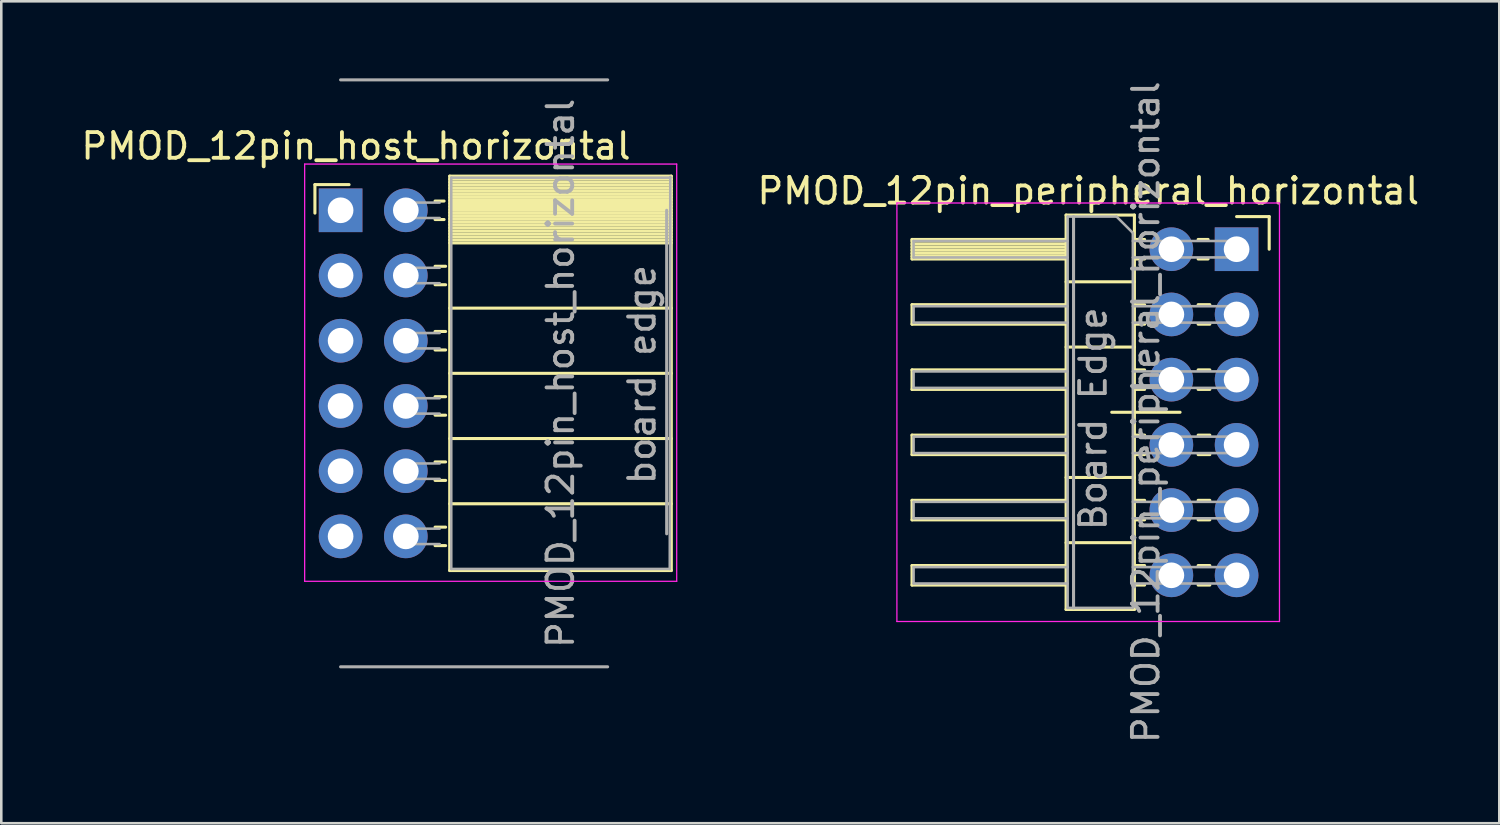
<source format=kicad_pcb>
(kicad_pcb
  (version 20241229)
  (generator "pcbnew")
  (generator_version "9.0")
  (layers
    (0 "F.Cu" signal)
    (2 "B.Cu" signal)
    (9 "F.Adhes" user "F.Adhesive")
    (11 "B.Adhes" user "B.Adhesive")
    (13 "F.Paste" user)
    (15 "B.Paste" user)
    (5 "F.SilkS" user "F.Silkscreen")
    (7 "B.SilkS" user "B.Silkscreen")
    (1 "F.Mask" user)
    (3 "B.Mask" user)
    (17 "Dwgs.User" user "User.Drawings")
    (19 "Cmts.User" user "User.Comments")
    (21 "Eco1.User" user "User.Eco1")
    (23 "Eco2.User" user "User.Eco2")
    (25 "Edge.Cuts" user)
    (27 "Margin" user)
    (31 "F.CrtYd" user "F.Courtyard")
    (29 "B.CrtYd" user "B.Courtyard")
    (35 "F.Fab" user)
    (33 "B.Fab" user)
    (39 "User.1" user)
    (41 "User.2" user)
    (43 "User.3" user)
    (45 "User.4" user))
  (footprint "PMOD_12pin_host_horizontal"
    (layer "F.Cu")
    (at 10.215 5.14)
    (property "Reference" "PMOD_12pin_host_horizontal" (at 0.6 -2.5 0) (layer "F.SilkS") (effects (font (size 1 1) (thickness 0.15))))
    (attr through_hole)
    (fp_line (start -1 -1) (end 0.33 -1) (stroke (width 0.12) (type solid)) (layer "F.SilkS"))
    (fp_line (start -1 0.11) (end -1 -1) (stroke (width 0.12) (type solid)) (layer "F.SilkS"))
    (fp_line (start 3.68 -0.36) (end 4.03 -0.36) (stroke (width 0.12) (type solid)) (layer "F.SilkS"))
    (fp_line (start 3.68 0.36) (end 4.03 0.36) (stroke (width 0.12) (type solid)) (layer "F.SilkS"))
    (fp_line (start 3.68 2.18) (end 4.09 2.18) (stroke (width 0.12) (type solid)) (layer "F.SilkS"))
    (fp_line (start 3.68 2.9) (end 4.09 2.9) (stroke (width 0.12) (type solid)) (layer "F.SilkS"))
    (fp_line (start 3.68 4.72) (end 4.09 4.72) (stroke (width 0.12) (type solid)) (layer "F.SilkS"))
    (fp_line (start 3.68 5.44) (end 4.09 5.44) (stroke (width 0.12) (type solid)) (layer "F.SilkS"))
    (fp_line (start 3.68 7.26) (end 4.09 7.26) (stroke (width 0.12) (type solid)) (layer "F.SilkS"))
    (fp_line (start 3.68 7.98) (end 4.09 7.98) (stroke (width 0.12) (type solid)) (layer "F.SilkS"))
    (fp_line (start 3.68 9.8) (end 4.09 9.8) (stroke (width 0.12) (type solid)) (layer "F.SilkS"))
    (fp_line (start 3.68 10.52) (end 4.09 10.52) (stroke (width 0.12) (type solid)) (layer "F.SilkS"))
    (fp_line (start 3.68 12.34) (end 4.09 12.34) (stroke (width 0.12) (type solid)) (layer "F.SilkS"))
    (fp_line (start 3.68 13.06) (end 4.09 13.06) (stroke (width 0.12) (type solid)) (layer "F.SilkS"))
    (fp_line (start 4.25 -1.33) (end 4.25 14.03) (stroke (width 0.12) (type solid)) (layer "F.SilkS"))
    (fp_line (start 4.25 -1.33) (end 12.88 -1.33) (stroke (width 0.12) (type solid)) (layer "F.SilkS"))
    (fp_line (start 4.25 -1.21) (end 12.88 -1.21) (stroke (width 0.12) (type solid)) (layer "F.SilkS"))
    (fp_line (start 4.25 -1.092) (end 12.88 -1.092) (stroke (width 0.12) (type solid)) (layer "F.SilkS"))
    (fp_line (start 4.25 -0.974) (end 12.88 -0.974) (stroke (width 0.12) (type solid)) (layer "F.SilkS"))
    (fp_line (start 4.25 -0.856) (end 12.88 -0.856) (stroke (width 0.12) (type solid)) (layer "F.SilkS"))
    (fp_line (start 4.25 -0.738) (end 12.88 -0.738) (stroke (width 0.12) (type solid)) (layer "F.SilkS"))
    (fp_line (start 4.25 -0.62) (end 12.88 -0.62) (stroke (width 0.12) (type solid)) (layer "F.SilkS"))
    (fp_line (start 4.25 -0.501) (end 12.88 -0.501) (stroke (width 0.12) (type solid)) (layer "F.SilkS"))
    (fp_line (start 4.25 -0.383) (end 12.88 -0.383) (stroke (width 0.12) (type solid)) (layer "F.SilkS"))
    (fp_line (start 4.25 -0.265) (end 12.88 -0.265) (stroke (width 0.12) (type solid)) (layer "F.SilkS"))
    (fp_line (start 4.25 -0.147) (end 12.88 -0.147) (stroke (width 0.12) (type solid)) (layer "F.SilkS"))
    (fp_line (start 4.25 -0.029) (end 12.88 -0.029) (stroke (width 0.12) (type solid)) (layer "F.SilkS"))
    (fp_line (start 4.25 0.089) (end 12.88 0.089) (stroke (width 0.12) (type solid)) (layer "F.SilkS"))
    (fp_line (start 4.25 0.207) (end 12.88 0.207) (stroke (width 0.12) (type solid)) (layer "F.SilkS"))
    (fp_line (start 4.25 0.325) (end 12.88 0.325) (stroke (width 0.12) (type solid)) (layer "F.SilkS"))
    (fp_line (start 4.25 0.443) (end 12.88 0.443) (stroke (width 0.12) (type solid)) (layer "F.SilkS"))
    (fp_line (start 4.25 0.561) (end 12.88 0.561) (stroke (width 0.12) (type solid)) (layer "F.SilkS"))
    (fp_line (start 4.25 0.68) (end 12.88 0.68) (stroke (width 0.12) (type solid)) (layer "F.SilkS"))
    (fp_line (start 4.25 0.798) (end 12.88 0.798) (stroke (width 0.12) (type solid)) (layer "F.SilkS"))
    (fp_line (start 4.25 0.916) (end 12.88 0.916) (stroke (width 0.12) (type solid)) (layer "F.SilkS"))
    (fp_line (start 4.25 1.034) (end 12.88 1.034) (stroke (width 0.12) (type solid)) (layer "F.SilkS"))
    (fp_line (start 4.25 1.152) (end 12.88 1.152) (stroke (width 0.12) (type solid)) (layer "F.SilkS"))
    (fp_line (start 4.25 1.27) (end 12.88 1.27) (stroke (width 0.12) (type solid)) (layer "F.SilkS"))
    (fp_line (start 4.25 3.81) (end 12.88 3.81) (stroke (width 0.12) (type solid)) (layer "F.SilkS"))
    (fp_line (start 4.25 6.35) (end 12.88 6.35) (stroke (width 0.12) (type solid)) (layer "F.SilkS"))
    (fp_line (start 4.25 8.89) (end 12.88 8.89) (stroke (width 0.12) (type solid)) (layer "F.SilkS"))
    (fp_line (start 4.25 11.43) (end 12.88 11.43) (stroke (width 0.12) (type solid)) (layer "F.SilkS"))
    (fp_line (start 4.25 14.03) (end 12.88 14.03) (stroke (width 0.12) (type solid)) (layer "F.SilkS"))
    (fp_line (start 12.88 -1.33) (end 12.88 14.03) (stroke (width 0.12) (type solid)) (layer "F.SilkS"))
    (fp_line (start -1.4 -1.8) (end -1.4 14.45) (stroke (width 0.05) (type solid)) (layer "F.CrtYd"))
    (fp_line (start -1.4 14.45) (end 13.09 14.45) (stroke (width 0.05) (type solid)) (layer "F.CrtYd"))
    (fp_line (start 13.09 -1.8) (end -1.4 -1.8) (stroke (width 0.05) (type solid)) (layer "F.CrtYd"))
    (fp_line (start 13.09 14.45) (end 13.09 -1.8) (stroke (width 0.05) (type solid)) (layer "F.CrtYd"))
    (fp_line (start 0 -5.08) (end 10.4 -5.08) (stroke (width 0.12) (type solid)) (layer "F.Fab"))
    (fp_line (start 0 17.78) (end 10.4 17.78) (stroke (width 0.12) (type solid)) (layer "F.Fab"))
    (fp_line (start 2.34 -0.3) (end 2.34 0.3) (stroke (width 0.1) (type solid)) (layer "F.Fab"))
    (fp_line (start 2.34 0.3) (end 3.86 0.3) (stroke (width 0.1) (type solid)) (layer "F.Fab"))
    (fp_line (start 2.34 2.24) (end 2.34 2.84) (stroke (width 0.1) (type solid)) (layer "F.Fab"))
    (fp_line (start 2.34 2.84) (end 3.86 2.84) (stroke (width 0.1) (type solid)) (layer "F.Fab"))
    (fp_line (start 2.34 4.78) (end 2.34 5.38) (stroke (width 0.1) (type solid)) (layer "F.Fab"))
    (fp_line (start 2.34 5.38) (end 3.86 5.38) (stroke (width 0.1) (type solid)) (layer "F.Fab"))
    (fp_line (start 2.34 7.32) (end 2.34 7.92) (stroke (width 0.1) (type solid)) (layer "F.Fab"))
    (fp_line (start 2.34 7.92) (end 3.86 7.92) (stroke (width 0.1) (type solid)) (layer "F.Fab"))
    (fp_line (start 2.34 9.86) (end 2.34 10.46) (stroke (width 0.1) (type solid)) (layer "F.Fab"))
    (fp_line (start 2.34 10.46) (end 3.86 10.46) (stroke (width 0.1) (type solid)) (layer "F.Fab"))
    (fp_line (start 2.34 12.4) (end 2.34 13) (stroke (width 0.1) (type solid)) (layer "F.Fab"))
    (fp_line (start 2.34 13) (end 3.86 13) (stroke (width 0.1) (type solid)) (layer "F.Fab"))
    (fp_line (start 3.86 -0.3) (end 2.34 -0.3) (stroke (width 0.1) (type solid)) (layer "F.Fab"))
    (fp_line (start 3.86 2.24) (end 2.34 2.24) (stroke (width 0.1) (type solid)) (layer "F.Fab"))
    (fp_line (start 3.86 4.78) (end 2.34 4.78) (stroke (width 0.1) (type solid)) (layer "F.Fab"))
    (fp_line (start 3.86 7.32) (end 2.34 7.32) (stroke (width 0.1) (type solid)) (layer "F.Fab"))
    (fp_line (start 3.86 9.86) (end 2.34 9.86) (stroke (width 0.1) (type solid)) (layer "F.Fab"))
    (fp_line (start 3.86 12.4) (end 2.34 12.4) (stroke (width 0.1) (type solid)) (layer "F.Fab"))
    (fp_line (start 4.31 -1.27) (end 12.84 -1.27) (stroke (width 0.1) (type solid)) (layer "F.Fab"))
    (fp_line (start 4.31 13.97) (end 4.31 -1.27) (stroke (width 0.1) (type solid)) (layer "F.Fab"))
    (fp_line (start 12.7 0) (end 12.7 12.6) (stroke (width 0.12) (type solid)) (layer "F.Fab"))
    (fp_line (start 12.82 13.97) (end 4.31 13.97) (stroke (width 0.1) (type solid)) (layer "F.Fab"))
    (fp_line (start 12.84 -1.3) (end 12.82 13.97) (stroke (width 0.1) (type solid)) (layer "F.Fab"))
    (fp_text user "${REFERENCE}" (at 8.565 6.35 90) (layer "F.Fab") (effects (font (size 1 1) (thickness 0.15))))
    (fp_text user "board edge" (at 11.74 6.4 90) (layer "F.Fab") (effects (font (size 1 1) (thickness 0.15))))
    (pad "1" thru_hole rect (at 0 0) (size 1.7 1.7) (drill 1) (layers "*.Cu" "*.Mask"))
    (pad "2" thru_hole oval (at 0 2.54) (size 1.7 1.7) (drill 1) (layers "*.Cu" "*.Mask"))
    (pad "3" thru_hole oval (at 0 5.08) (size 1.7 1.7) (drill 1) (layers "*.Cu" "*.Mask"))
    (pad "4" thru_hole oval (at 0 7.62) (size 1.7 1.7) (drill 1) (layers "*.Cu" "*.Mask"))
    (pad "5" thru_hole oval (at 0 10.16) (size 1.7 1.7) (drill 1) (layers "*.Cu" "*.Mask"))
    (pad "6" thru_hole oval (at 0 12.7) (size 1.7 1.7) (drill 1) (layers "*.Cu" "*.Mask"))
    (pad "7" thru_hole oval (at 2.54 0) (size 1.7 1.7) (drill 1) (layers "*.Cu" "*.Mask"))
    (pad "8" thru_hole oval (at 2.54 2.54) (size 1.7 1.7) (drill 1) (layers "*.Cu" "*.Mask"))
    (pad "9" thru_hole oval (at 2.54 5.08) (size 1.7 1.7) (drill 1) (layers "*.Cu" "*.Mask"))
    (pad "10" thru_hole oval (at 2.54 7.62) (size 1.7 1.7) (drill 1) (layers "*.Cu" "*.Mask"))
    (pad "11" thru_hole oval (at 2.54 10.16) (size 1.7 1.7) (drill 1) (layers "*.Cu" "*.Mask"))
    (pad "12" thru_hole oval (at 2.54 12.7) (size 1.7 1.7) (drill 1) (layers "*.Cu" "*.Mask")))
  (footprint "PMOD_12pin_peripheral_horizontal"
    (layer "F.Cu")
    (at 33.681 6.656)
    (property "Reference" "PMOD_12pin_peripheral_horizontal" (at 5.655 -2.27 0) (layer "F.SilkS") (effects (font (size 1 1) (thickness 0.15))))
    (attr through_hole)
    (fp_line (start -1.21 -0.38) (end -1.21 0.38) (stroke (width 0.12) (type solid)) (layer "F.SilkS"))
    (fp_line (start -1.21 0.38) (end 4.79 0.38) (stroke (width 0.12) (type solid)) (layer "F.SilkS"))
    (fp_line (start -1.21 2.16) (end -1.21 2.92) (stroke (width 0.12) (type solid)) (layer "F.SilkS"))
    (fp_line (start -1.21 2.92) (end 4.79 2.92) (stroke (width 0.12) (type solid)) (layer "F.SilkS"))
    (fp_line (start -1.21 4.7) (end -1.21 5.46) (stroke (width 0.12) (type solid)) (layer "F.SilkS"))
    (fp_line (start -1.21 5.46) (end 4.79 5.46) (stroke (width 0.12) (type solid)) (layer "F.SilkS"))
    (fp_line (start -1.21 7.24) (end -1.21 8) (stroke (width 0.12) (type solid)) (layer "F.SilkS"))
    (fp_line (start -1.21 8) (end 4.79 8) (stroke (width 0.12) (type solid)) (layer "F.SilkS"))
    (fp_line (start -1.21 9.78) (end -1.21 10.54) (stroke (width 0.12) (type solid)) (layer "F.SilkS"))
    (fp_line (start -1.21 10.54) (end 4.79 10.54) (stroke (width 0.12) (type solid)) (layer "F.SilkS"))
    (fp_line (start -1.21 12.32) (end -1.21 13.08) (stroke (width 0.12) (type solid)) (layer "F.SilkS"))
    (fp_line (start -1.21 13.08) (end 4.79 13.08) (stroke (width 0.12) (type solid)) (layer "F.SilkS"))
    (fp_line (start 4.79 -1.33) (end 7.45 -1.33) (stroke (width 0.12) (type solid)) (layer "F.SilkS"))
    (fp_line (start 4.79 -0.38) (end -1.21 -0.38) (stroke (width 0.12) (type solid)) (layer "F.SilkS"))
    (fp_line (start 4.79 -0.32) (end -1.21 -0.32) (stroke (width 0.12) (type solid)) (layer "F.SilkS"))
    (fp_line (start 4.79 -0.2) (end -1.21 -0.2) (stroke (width 0.12) (type solid)) (layer "F.SilkS"))
    (fp_line (start 4.79 -0.08) (end -1.21 -0.08) (stroke (width 0.12) (type solid)) (layer "F.SilkS"))
    (fp_line (start 4.79 0.04) (end -1.21 0.04) (stroke (width 0.12) (type solid)) (layer "F.SilkS"))
    (fp_line (start 4.79 0.16) (end -1.21 0.16) (stroke (width 0.12) (type solid)) (layer "F.SilkS"))
    (fp_line (start 4.79 0.28) (end -1.21 0.28) (stroke (width 0.12) (type solid)) (layer "F.SilkS"))
    (fp_line (start 4.79 2.16) (end -1.21 2.16) (stroke (width 0.12) (type solid)) (layer "F.SilkS"))
    (fp_line (start 4.79 4.7) (end -1.21 4.7) (stroke (width 0.12) (type solid)) (layer "F.SilkS"))
    (fp_line (start 4.79 7.24) (end -1.21 7.24) (stroke (width 0.12) (type solid)) (layer "F.SilkS"))
    (fp_line (start 4.79 9.78) (end -1.21 9.78) (stroke (width 0.12) (type solid)) (layer "F.SilkS"))
    (fp_line (start 4.79 12.32) (end -1.21 12.32) (stroke (width 0.12) (type solid)) (layer "F.SilkS"))
    (fp_line (start 4.79 14.03) (end 4.79 -1.33) (stroke (width 0.12) (type solid)) (layer "F.SilkS"))
    (fp_line (start 7.45 -1.33) (end 7.45 14.03) (stroke (width 0.12) (type solid)) (layer "F.SilkS"))
    (fp_line (start 7.45 1.27) (end 4.79 1.27) (stroke (width 0.12) (type solid)) (layer "F.SilkS"))
    (fp_line (start 7.45 3.81) (end 4.79 3.81) (stroke (width 0.12) (type solid)) (layer "F.SilkS"))
    (fp_line (start 7.45 8.89) (end 4.79 8.89) (stroke (width 0.12) (type solid)) (layer "F.SilkS"))
    (fp_line (start 7.45 11.43) (end 4.79 11.43) (stroke (width 0.12) (type solid)) (layer "F.SilkS"))
    (fp_line (start 7.45 14.03) (end 4.79 14.03) (stroke (width 0.12) (type solid)) (layer "F.SilkS"))
    (fp_line (start 7.847 -0.38) (end 7.45 -0.38) (stroke (width 0.12) (type solid)) (layer "F.SilkS"))
    (fp_line (start 7.847 0.38) (end 7.45 0.38) (stroke (width 0.12) (type solid)) (layer "F.SilkS"))
    (fp_line (start 7.847 2.16) (end 7.45 2.16) (stroke (width 0.12) (type solid)) (layer "F.SilkS"))
    (fp_line (start 7.847 2.92) (end 7.45 2.92) (stroke (width 0.12) (type solid)) (layer "F.SilkS"))
    (fp_line (start 7.847 4.7) (end 7.45 4.7) (stroke (width 0.12) (type solid)) (layer "F.SilkS"))
    (fp_line (start 7.847 5.46) (end 7.45 5.46) (stroke (width 0.12) (type solid)) (layer "F.SilkS"))
    (fp_line (start 7.847 7.24) (end 7.45 7.24) (stroke (width 0.12) (type solid)) (layer "F.SilkS"))
    (fp_line (start 7.847 8) (end 7.45 8) (stroke (width 0.12) (type solid)) (layer "F.SilkS"))
    (fp_line (start 7.847 9.78) (end 7.45 9.78) (stroke (width 0.12) (type solid)) (layer "F.SilkS"))
    (fp_line (start 7.847 10.54) (end 7.45 10.54) (stroke (width 0.12) (type solid)) (layer "F.SilkS"))
    (fp_line (start 7.847 12.32) (end 7.45 12.32) (stroke (width 0.12) (type solid)) (layer "F.SilkS"))
    (fp_line (start 7.847 13.08) (end 7.45 13.08) (stroke (width 0.12) (type solid)) (layer "F.SilkS"))
    (fp_line (start 9.228 6.35) (end 6.568 6.35) (stroke (width 0.12) (type solid)) (layer "F.SilkS"))
    (fp_line (start 10.32 -0.38) (end 9.933 -0.38) (stroke (width 0.12) (type solid)) (layer "F.SilkS"))
    (fp_line (start 10.32 0.38) (end 9.933 0.38) (stroke (width 0.12) (type solid)) (layer "F.SilkS"))
    (fp_line (start 10.387 2.16) (end 9.933 2.16) (stroke (width 0.12) (type solid)) (layer "F.SilkS"))
    (fp_line (start 10.387 2.92) (end 9.933 2.92) (stroke (width 0.12) (type solid)) (layer "F.SilkS"))
    (fp_line (start 10.387 4.7) (end 9.933 4.7) (stroke (width 0.12) (type solid)) (layer "F.SilkS"))
    (fp_line (start 10.387 5.46) (end 9.933 5.46) (stroke (width 0.12) (type solid)) (layer "F.SilkS"))
    (fp_line (start 10.387 7.24) (end 9.933 7.24) (stroke (width 0.12) (type solid)) (layer "F.SilkS"))
    (fp_line (start 10.387 8) (end 9.933 8) (stroke (width 0.12) (type solid)) (layer "F.SilkS"))
    (fp_line (start 10.387 9.78) (end 9.933 9.78) (stroke (width 0.12) (type solid)) (layer "F.SilkS"))
    (fp_line (start 10.387 10.54) (end 9.933 10.54) (stroke (width 0.12) (type solid)) (layer "F.SilkS"))
    (fp_line (start 10.387 12.32) (end 9.933 12.32) (stroke (width 0.12) (type solid)) (layer "F.SilkS"))
    (fp_line (start 10.387 13.08) (end 9.933 13.08) (stroke (width 0.12) (type solid)) (layer "F.SilkS"))
    (fp_line (start 12.7 -1.27) (end 11.43 -1.27) (stroke (width 0.12) (type solid)) (layer "F.SilkS"))
    (fp_line (start 12.7 0) (end 12.7 -1.27) (stroke (width 0.12) (type solid)) (layer "F.SilkS"))
    (fp_line (start -1.8 -1.8) (end -1.8 14.5) (stroke (width 0.05) (type solid)) (layer "F.CrtYd"))
    (fp_line (start -1.8 14.5) (end 13.1 14.5) (stroke (width 0.05) (type solid)) (layer "F.CrtYd"))
    (fp_line (start 13.1 -1.8) (end -1.8 -1.8) (stroke (width 0.05) (type solid)) (layer "F.CrtYd"))
    (fp_line (start 13.1 14.5) (end 13.1 -1.8) (stroke (width 0.05) (type solid)) (layer "F.CrtYd"))
    (fp_line (start -1.15 -0.32) (end -1.15 0.32) (stroke (width 0.1) (type solid)) (layer "F.Fab"))
    (fp_line (start -1.15 2.22) (end -1.15 2.86) (stroke (width 0.1) (type solid)) (layer "F.Fab"))
    (fp_line (start -1.15 4.76) (end -1.15 5.4) (stroke (width 0.1) (type solid)) (layer "F.Fab"))
    (fp_line (start -1.15 7.3) (end -1.15 7.94) (stroke (width 0.1) (type solid)) (layer "F.Fab"))
    (fp_line (start -1.15 9.84) (end -1.15 10.48) (stroke (width 0.1) (type solid)) (layer "F.Fab"))
    (fp_line (start -1.15 12.38) (end -1.15 13.02) (stroke (width 0.1) (type solid)) (layer "F.Fab"))
    (fp_line (start 4.85 -1.27) (end 4.85 13.97) (stroke (width 0.1) (type solid)) (layer "F.Fab"))
    (fp_line (start 4.85 -0.32) (end -1.15 -0.32) (stroke (width 0.1) (type solid)) (layer "F.Fab"))
    (fp_line (start 4.85 0.32) (end -1.15 0.32) (stroke (width 0.1) (type solid)) (layer "F.Fab"))
    (fp_line (start 4.85 2.22) (end -1.15 2.22) (stroke (width 0.1) (type solid)) (layer "F.Fab"))
    (fp_line (start 4.85 2.86) (end -1.15 2.86) (stroke (width 0.1) (type solid)) (layer "F.Fab"))
    (fp_line (start 4.85 4.76) (end -1.15 4.76) (stroke (width 0.1) (type solid)) (layer "F.Fab"))
    (fp_line (start 4.85 5.4) (end -1.15 5.4) (stroke (width 0.1) (type solid)) (layer "F.Fab"))
    (fp_line (start 4.85 7.3) (end -1.15 7.3) (stroke (width 0.1) (type solid)) (layer "F.Fab"))
    (fp_line (start 4.85 7.94) (end -1.15 7.94) (stroke (width 0.1) (type solid)) (layer "F.Fab"))
    (fp_line (start 4.85 9.84) (end -1.15 9.84) (stroke (width 0.1) (type solid)) (layer "F.Fab"))
    (fp_line (start 4.85 10.48) (end -1.15 10.48) (stroke (width 0.1) (type solid)) (layer "F.Fab"))
    (fp_line (start 4.85 12.38) (end -1.15 12.38) (stroke (width 0.1) (type solid)) (layer "F.Fab"))
    (fp_line (start 4.85 13.02) (end -1.15 13.02) (stroke (width 0.1) (type solid)) (layer "F.Fab"))
    (fp_line (start 4.85 13.97) (end 7.39 13.97) (stroke (width 0.1) (type solid)) (layer "F.Fab"))
    (fp_line (start 5.08 -1.27) (end 5.08 13.97) (stroke (width 0.12) (type solid)) (layer "F.Fab"))
    (fp_line (start 6.755 -1.27) (end 4.85 -1.27) (stroke (width 0.1) (type solid)) (layer "F.Fab"))
    (fp_line (start 7.39 -0.635) (end 6.755 -1.27) (stroke (width 0.1) (type solid)) (layer "F.Fab"))
    (fp_line (start 7.39 13.97) (end 7.39 -0.635) (stroke (width 0.1) (type solid)) (layer "F.Fab"))
    (fp_line (start 11.75 -0.32) (end 7.39 -0.32) (stroke (width 0.1) (type solid)) (layer "F.Fab"))
    (fp_line (start 11.75 -0.32) (end 11.75 0.32) (stroke (width 0.1) (type solid)) (layer "F.Fab"))
    (fp_line (start 11.75 0.32) (end 7.39 0.32) (stroke (width 0.1) (type solid)) (layer "F.Fab"))
    (fp_line (start 11.75 2.22) (end 7.39 2.22) (stroke (width 0.1) (type solid)) (layer "F.Fab"))
    (fp_line (start 11.75 2.22) (end 11.75 2.86) (stroke (width 0.1) (type solid)) (layer "F.Fab"))
    (fp_line (start 11.75 2.86) (end 7.39 2.86) (stroke (width 0.1) (type solid)) (layer "F.Fab"))
    (fp_line (start 11.75 4.76) (end 7.39 4.76) (stroke (width 0.1) (type solid)) (layer "F.Fab"))
    (fp_line (start 11.75 4.76) (end 11.75 5.4) (stroke (width 0.1) (type solid)) (layer "F.Fab"))
    (fp_line (start 11.75 5.4) (end 7.39 5.4) (stroke (width 0.1) (type solid)) (layer "F.Fab"))
    (fp_line (start 11.75 7.3) (end 7.39 7.3) (stroke (width 0.1) (type solid)) (layer "F.Fab"))
    (fp_line (start 11.75 7.3) (end 11.75 7.94) (stroke (width 0.1) (type solid)) (layer "F.Fab"))
    (fp_line (start 11.75 7.94) (end 7.39 7.94) (stroke (width 0.1) (type solid)) (layer "F.Fab"))
    (fp_line (start 11.75 9.84) (end 7.39 9.84) (stroke (width 0.1) (type solid)) (layer "F.Fab"))
    (fp_line (start 11.75 9.84) (end 11.75 10.48) (stroke (width 0.1) (type solid)) (layer "F.Fab"))
    (fp_line (start 11.75 10.48) (end 7.39 10.48) (stroke (width 0.1) (type solid)) (layer "F.Fab"))
    (fp_line (start 11.75 12.38) (end 7.39 12.38) (stroke (width 0.1) (type solid)) (layer "F.Fab"))
    (fp_line (start 11.75 12.38) (end 11.75 13.02) (stroke (width 0.1) (type solid)) (layer "F.Fab"))
    (fp_line (start 11.75 13.02) (end 7.39 13.02) (stroke (width 0.1) (type solid)) (layer "F.Fab"))
    (fp_text user "${REFERENCE}" (at 7.898 6.35 90) (layer "F.Fab") (effects (font (size 1 1) (thickness 0.15))))
    (fp_text user "Board Edge" (at 5.842 6.604 90) (layer "F.Fab") (effects (font (size 1 1) (thickness 0.15))))
    (pad "1" thru_hole rect (at 11.43 0) (size 1.7 1.7) (drill 1) (layers "*.Cu" "*.Mask"))
    (pad "2" thru_hole oval (at 11.43 2.54) (size 1.7 1.7) (drill 1) (layers "*.Cu" "*.Mask"))
    (pad "3" thru_hole oval (at 11.43 5.08) (size 1.7 1.7) (drill 1) (layers "*.Cu" "*.Mask"))
    (pad "4" thru_hole oval (at 11.43 7.62) (size 1.7 1.7) (drill 1) (layers "*.Cu" "*.Mask"))
    (pad "5" thru_hole oval (at 11.43 10.16) (size 1.7 1.7) (drill 1) (layers "*.Cu" "*.Mask"))
    (pad "6" thru_hole oval (at 11.43 12.7) (size 1.7 1.7) (drill 1) (layers "*.Cu" "*.Mask"))
    (pad "7" thru_hole oval (at 8.89 0) (size 1.7 1.7) (drill 1) (layers "*.Cu" "*.Mask"))
    (pad "8" thru_hole oval (at 8.89 2.54) (size 1.7 1.7) (drill 1) (layers "*.Cu" "*.Mask"))
    (pad "9" thru_hole oval (at 8.89 5.08) (size 1.7 1.7) (drill 1) (layers "*.Cu" "*.Mask"))
    (pad "10" thru_hole oval (at 8.89 7.62) (size 1.7 1.7) (drill 1) (layers "*.Cu" "*.Mask"))
    (pad "11" thru_hole oval (at 8.89 10.16) (size 1.7 1.7) (drill 1) (layers "*.Cu" "*.Mask"))
    (pad "12" thru_hole oval (at 8.89 12.7) (size 1.7 1.7) (drill 1) (layers "*.Cu" "*.Mask")))
  (gr_rect
    (start -3 -3)
    (end 55.342 29.012)
    (stroke (width 0.1) (type default))
    (fill no)
    (layer "Edge.Cuts")))
</source>
